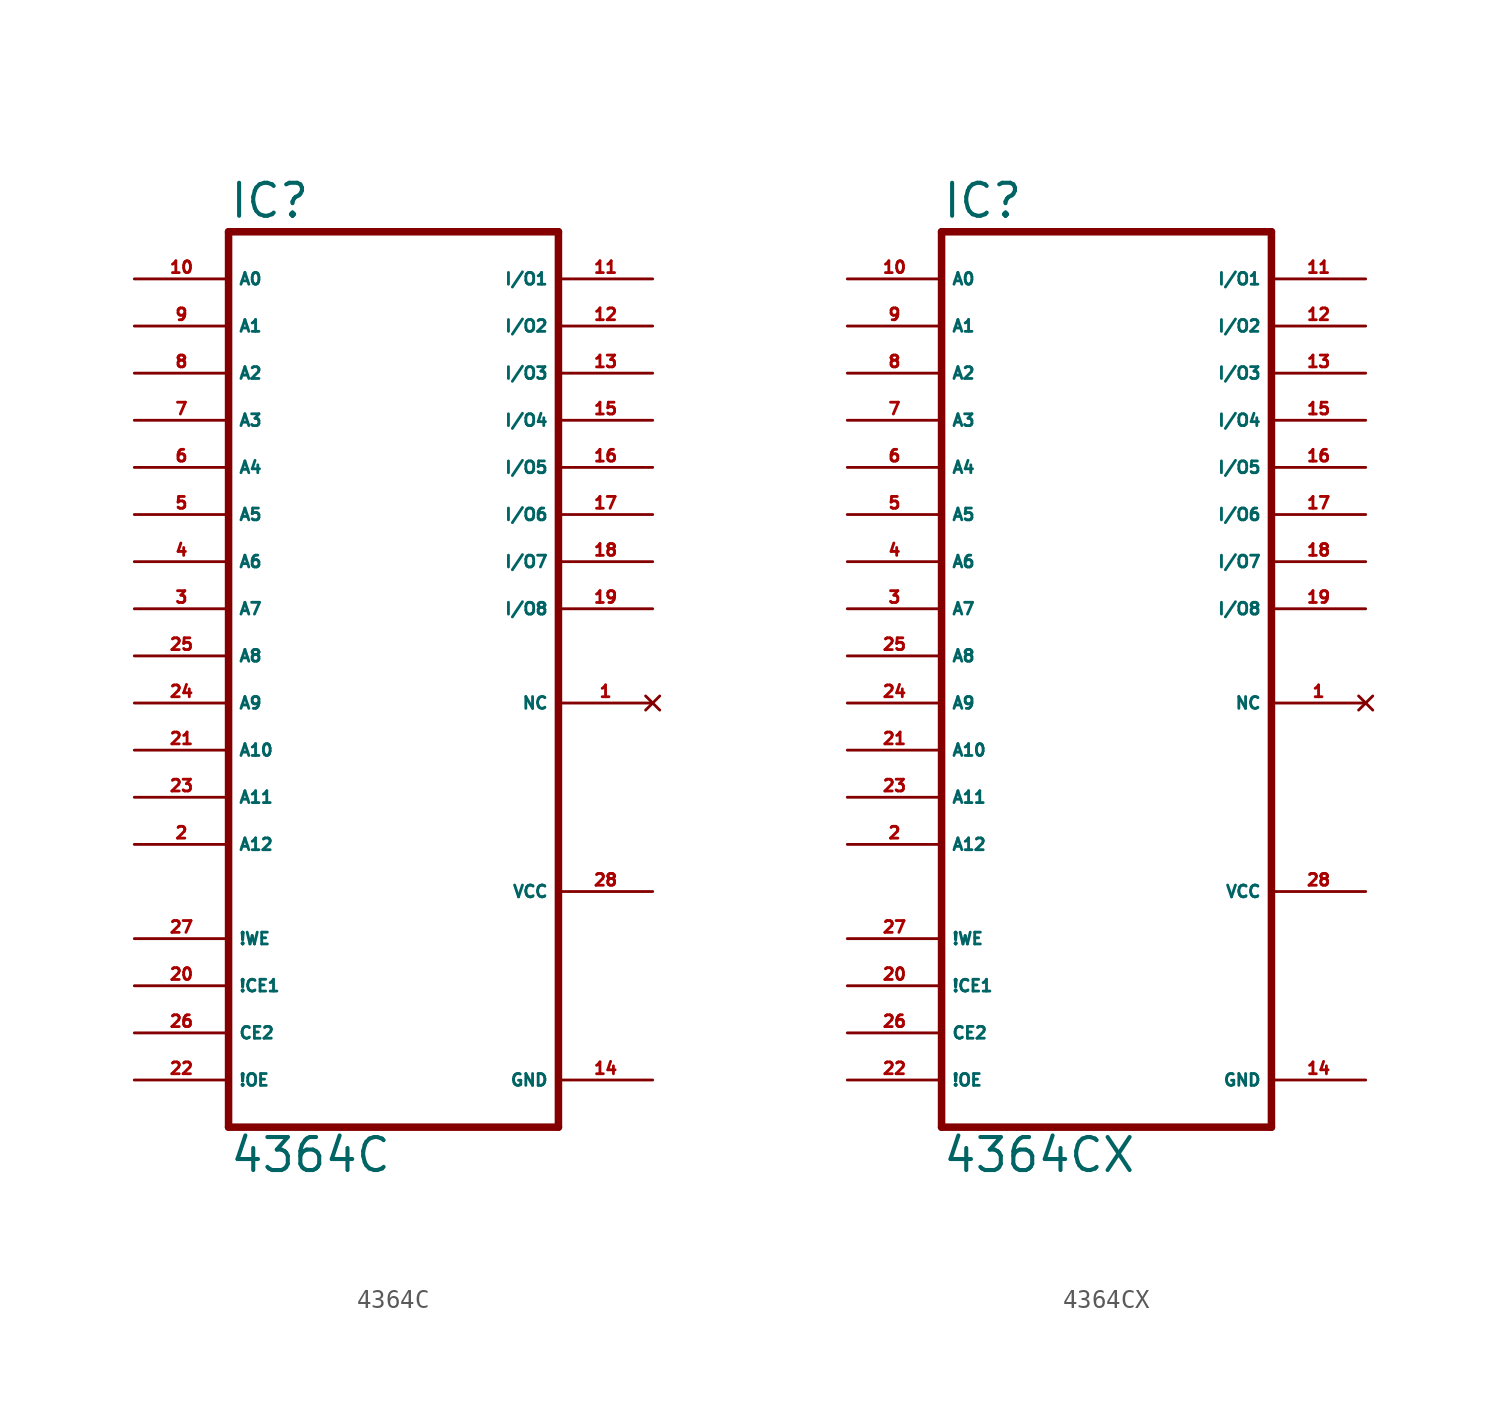
<source format=kicad_sym>
(kicad_symbol_lib
  (version 20220914)
  (generator Eagle2Kicad)
  (symbol "4364C"
    (property "Reference" "IC"
      (at -7.62 20.955 0)
      (effects (font (size 1.778 1.778) (thickness 0.22)) (justify left bottom)))
    (property "Value" "4364C"
      (at -7.62 -30.48 0)
      (effects (font (size 1.778 1.778) (thickness 0.22)) (justify left bottom)))
    (polyline
      (pts (xy -7.62 -27.94) (xy 10.16 -27.94))
      (stroke (width 0.406) (type default))
      (fill (type none)))
    (polyline
      (pts (xy 10.16 20.32) (xy 10.16 -27.94))
      (stroke (width 0.406) (type default))
      (fill (type none)))
    (polyline
      (pts (xy 10.16 20.32) (xy -7.62 20.32))
      (stroke (width 0.406) (type default))
      (fill (type none)))
    (polyline
      (pts (xy -7.62 -27.94) (xy -7.62 20.32))
      (stroke (width 0.406) (type default))
      (fill (type none)))
    (pin input line
      (at -12.7 17.78 0)
      (length 5.08)
      (name "A0" (effects (font (size 0.635 0.635) (thickness 0.08)) (justify left bottom)))
      (number "10" (effects (font (size 0.635 0.635) (thickness 0.08)) (justify left bottom))))
    (pin input line
      (at -12.7 15.24 0)
      (length 5.08)
      (name "A1" (effects (font (size 0.635 0.635) (thickness 0.08)) (justify left bottom)))
      (number "9" (effects (font (size 0.635 0.635) (thickness 0.08)) (justify left bottom))))
    (pin input line
      (at -12.7 12.7 0)
      (length 5.08)
      (name "A2" (effects (font (size 0.635 0.635) (thickness 0.08)) (justify left bottom)))
      (number "8" (effects (font (size 0.635 0.635) (thickness 0.08)) (justify left bottom))))
    (pin input line
      (at -12.7 10.16 0)
      (length 5.08)
      (name "A3" (effects (font (size 0.635 0.635) (thickness 0.08)) (justify left bottom)))
      (number "7" (effects (font (size 0.635 0.635) (thickness 0.08)) (justify left bottom))))
    (pin input line
      (at -12.7 7.62 0)
      (length 5.08)
      (name "A4" (effects (font (size 0.635 0.635) (thickness 0.08)) (justify left bottom)))
      (number "6" (effects (font (size 0.635 0.635) (thickness 0.08)) (justify left bottom))))
    (pin input line
      (at -12.7 5.08 0)
      (length 5.08)
      (name "A5" (effects (font (size 0.635 0.635) (thickness 0.08)) (justify left bottom)))
      (number "5" (effects (font (size 0.635 0.635) (thickness 0.08)) (justify left bottom))))
    (pin input line
      (at -12.7 2.54 0)
      (length 5.08)
      (name "A6" (effects (font (size 0.635 0.635) (thickness 0.08)) (justify left bottom)))
      (number "4" (effects (font (size 0.635 0.635) (thickness 0.08)) (justify left bottom))))
    (pin input line
      (at -12.7 0 0)
      (length 5.08)
      (name "A7" (effects (font (size 0.635 0.635) (thickness 0.08)) (justify left bottom)))
      (number "3" (effects (font (size 0.635 0.635) (thickness 0.08)) (justify left bottom))))
    (pin input line
      (at -12.7 -2.54 0)
      (length 5.08)
      (name "A8" (effects (font (size 0.635 0.635) (thickness 0.08)) (justify left bottom)))
      (number "25" (effects (font (size 0.635 0.635) (thickness 0.08)) (justify left bottom))))
    (pin input line
      (at -12.7 -5.08 0)
      (length 5.08)
      (name "A9" (effects (font (size 0.635 0.635) (thickness 0.08)) (justify left bottom)))
      (number "24" (effects (font (size 0.635 0.635) (thickness 0.08)) (justify left bottom))))
    (pin input line
      (at -12.7 -7.62 0)
      (length 5.08)
      (name "A10" (effects (font (size 0.635 0.635) (thickness 0.08)) (justify left bottom)))
      (number "21" (effects (font (size 0.635 0.635) (thickness 0.08)) (justify left bottom))))
    (pin input line
      (at -12.7 -10.16 0)
      (length 5.08)
      (name "A11" (effects (font (size 0.635 0.635) (thickness 0.08)) (justify left bottom)))
      (number "23" (effects (font (size 0.635 0.635) (thickness 0.08)) (justify left bottom))))
    (pin input line
      (at -12.7 -12.7 0)
      (length 5.08)
      (name "A12" (effects (font (size 0.635 0.635) (thickness 0.08)) (justify left bottom)))
      (number "2" (effects (font (size 0.635 0.635) (thickness 0.08)) (justify left bottom))))
    (pin no_connect line
      (at 15.24 -5.08 180)
      (length 5.08)
      (name "NC" (effects (font (size 0.635 0.635) (thickness 0.08)) (justify left bottom) hide))
      (number "1" (effects (font (size 0.635 0.635) (thickness 0.08)) (justify left bottom) hide)))
    (pin bidirectional line
      (at 15.24 0 180)
      (length 5.08)
      (name "I/O8" (effects (font (size 0.635 0.635) (thickness 0.08)) (justify left bottom)))
      (number "19" (effects (font (size 0.635 0.635) (thickness 0.08)) (justify left bottom))))
    (pin bidirectional line
      (at 15.24 2.54 180)
      (length 5.08)
      (name "I/O7" (effects (font (size 0.635 0.635) (thickness 0.08)) (justify left bottom)))
      (number "18" (effects (font (size 0.635 0.635) (thickness 0.08)) (justify left bottom))))
    (pin bidirectional line
      (at 15.24 5.08 180)
      (length 5.08)
      (name "I/O6" (effects (font (size 0.635 0.635) (thickness 0.08)) (justify left bottom)))
      (number "17" (effects (font (size 0.635 0.635) (thickness 0.08)) (justify left bottom))))
    (pin bidirectional line
      (at 15.24 7.62 180)
      (length 5.08)
      (name "I/O5" (effects (font (size 0.635 0.635) (thickness 0.08)) (justify left bottom)))
      (number "16" (effects (font (size 0.635 0.635) (thickness 0.08)) (justify left bottom))))
    (pin bidirectional line
      (at 15.24 10.16 180)
      (length 5.08)
      (name "I/O4" (effects (font (size 0.635 0.635) (thickness 0.08)) (justify left bottom)))
      (number "15" (effects (font (size 0.635 0.635) (thickness 0.08)) (justify left bottom))))
    (pin bidirectional line
      (at 15.24 12.7 180)
      (length 5.08)
      (name "I/O3" (effects (font (size 0.635 0.635) (thickness 0.08)) (justify left bottom)))
      (number "13" (effects (font (size 0.635 0.635) (thickness 0.08)) (justify left bottom))))
    (pin bidirectional line
      (at 15.24 15.24 180)
      (length 5.08)
      (name "I/O2" (effects (font (size 0.635 0.635) (thickness 0.08)) (justify left bottom)))
      (number "12" (effects (font (size 0.635 0.635) (thickness 0.08)) (justify left bottom))))
    (pin bidirectional line
      (at 15.24 17.78 180)
      (length 5.08)
      (name "I/O1" (effects (font (size 0.635 0.635) (thickness 0.08)) (justify left bottom)))
      (number "11" (effects (font (size 0.635 0.635) (thickness 0.08)) (justify left bottom))))
    (pin input line
      (at -12.7 -25.4 0)
      (length 5.08)
      (name "!OE" (effects (font (size 0.635 0.635) (thickness 0.08)) (justify left bottom)))
      (number "22" (effects (font (size 0.635 0.635) (thickness 0.08)) (justify left bottom))))
    (pin input line
      (at -12.7 -22.86 0)
      (length 5.08)
      (name "CE2" (effects (font (size 0.635 0.635) (thickness 0.08)) (justify left bottom)))
      (number "26" (effects (font (size 0.635 0.635) (thickness 0.08)) (justify left bottom))))
    (pin input line
      (at -12.7 -20.32 0)
      (length 5.08)
      (name "!CE1" (effects (font (size 0.635 0.635) (thickness 0.08)) (justify left bottom)))
      (number "20" (effects (font (size 0.635 0.635) (thickness 0.08)) (justify left bottom))))
    (pin input line
      (at -12.7 -17.78 0)
      (length 5.08)
      (name "!WE" (effects (font (size 0.635 0.635) (thickness 0.08)) (justify left bottom)))
      (number "27" (effects (font (size 0.635 0.635) (thickness 0.08)) (justify left bottom))))
    (pin unspecified line
      (at 15.24 -25.4 180)
      (length 5.08)
      (name "GND" (effects (font (size 0.635 0.635) (thickness 0.08)) (justify left bottom)))
      (number "14" (effects (font (size 0.635 0.635) (thickness 0.08)) (justify left bottom))))
    (pin unspecified line
      (at 15.24 -15.24 180)
      (length 5.08)
      (name "VCC" (effects (font (size 0.635 0.635) (thickness 0.08)) (justify left bottom)))
      (number "28" (effects (font (size 0.635 0.635) (thickness 0.08)) (justify left bottom)))))
  (symbol "4364CX"
    (property "Reference" "IC"
      (at -7.62 18.415 0)
      (effects (font (size 1.778 1.778) (thickness 0.22)) (justify left bottom)))
    (property "Value" "4364CX"
      (at -7.62 -33.02 0)
      (effects (font (size 1.778 1.778) (thickness 0.22)) (justify left bottom)))
    (polyline
      (pts (xy -7.62 -30.48) (xy 10.16 -30.48))
      (stroke (width 0.406) (type default))
      (fill (type none)))
    (polyline
      (pts (xy 10.16 17.78) (xy 10.16 -30.48))
      (stroke (width 0.406) (type default))
      (fill (type none)))
    (polyline
      (pts (xy 10.16 17.78) (xy -7.62 17.78))
      (stroke (width 0.406) (type default))
      (fill (type none)))
    (polyline
      (pts (xy -7.62 -30.48) (xy -7.62 17.78))
      (stroke (width 0.406) (type default))
      (fill (type none)))
    (pin input line
      (at -12.7 15.24 0)
      (length 5.08)
      (name "A0" (effects (font (size 0.635 0.635) (thickness 0.08)) (justify left bottom)))
      (number "10" (effects (font (size 0.635 0.635) (thickness 0.08)) (justify left bottom))))
    (pin input line
      (at -12.7 12.7 0)
      (length 5.08)
      (name "A1" (effects (font (size 0.635 0.635) (thickness 0.08)) (justify left bottom)))
      (number "9" (effects (font (size 0.635 0.635) (thickness 0.08)) (justify left bottom))))
    (pin input line
      (at -12.7 10.16 0)
      (length 5.08)
      (name "A2" (effects (font (size 0.635 0.635) (thickness 0.08)) (justify left bottom)))
      (number "8" (effects (font (size 0.635 0.635) (thickness 0.08)) (justify left bottom))))
    (pin input line
      (at -12.7 7.62 0)
      (length 5.08)
      (name "A3" (effects (font (size 0.635 0.635) (thickness 0.08)) (justify left bottom)))
      (number "7" (effects (font (size 0.635 0.635) (thickness 0.08)) (justify left bottom))))
    (pin input line
      (at -12.7 5.08 0)
      (length 5.08)
      (name "A4" (effects (font (size 0.635 0.635) (thickness 0.08)) (justify left bottom)))
      (number "6" (effects (font (size 0.635 0.635) (thickness 0.08)) (justify left bottom))))
    (pin input line
      (at -12.7 2.54 0)
      (length 5.08)
      (name "A5" (effects (font (size 0.635 0.635) (thickness 0.08)) (justify left bottom)))
      (number "5" (effects (font (size 0.635 0.635) (thickness 0.08)) (justify left bottom))))
    (pin input line
      (at -12.7 0 0)
      (length 5.08)
      (name "A6" (effects (font (size 0.635 0.635) (thickness 0.08)) (justify left bottom)))
      (number "4" (effects (font (size 0.635 0.635) (thickness 0.08)) (justify left bottom))))
    (pin input line
      (at -12.7 -2.54 0)
      (length 5.08)
      (name "A7" (effects (font (size 0.635 0.635) (thickness 0.08)) (justify left bottom)))
      (number "3" (effects (font (size 0.635 0.635) (thickness 0.08)) (justify left bottom))))
    (pin input line
      (at -12.7 -5.08 0)
      (length 5.08)
      (name "A8" (effects (font (size 0.635 0.635) (thickness 0.08)) (justify left bottom)))
      (number "25" (effects (font (size 0.635 0.635) (thickness 0.08)) (justify left bottom))))
    (pin input line
      (at -12.7 -7.62 0)
      (length 5.08)
      (name "A9" (effects (font (size 0.635 0.635) (thickness 0.08)) (justify left bottom)))
      (number "24" (effects (font (size 0.635 0.635) (thickness 0.08)) (justify left bottom))))
    (pin input line
      (at -12.7 -10.16 0)
      (length 5.08)
      (name "A10" (effects (font (size 0.635 0.635) (thickness 0.08)) (justify left bottom)))
      (number "21" (effects (font (size 0.635 0.635) (thickness 0.08)) (justify left bottom))))
    (pin input line
      (at -12.7 -12.7 0)
      (length 5.08)
      (name "A11" (effects (font (size 0.635 0.635) (thickness 0.08)) (justify left bottom)))
      (number "23" (effects (font (size 0.635 0.635) (thickness 0.08)) (justify left bottom))))
    (pin input line
      (at -12.7 -15.24 0)
      (length 5.08)
      (name "A12" (effects (font (size 0.635 0.635) (thickness 0.08)) (justify left bottom)))
      (number "2" (effects (font (size 0.635 0.635) (thickness 0.08)) (justify left bottom))))
    (pin no_connect line
      (at 15.24 -7.62 180)
      (length 5.08)
      (name "NC" (effects (font (size 0.635 0.635) (thickness 0.08)) (justify left bottom) hide))
      (number "1" (effects (font (size 0.635 0.635) (thickness 0.08)) (justify left bottom) hide)))
    (pin bidirectional line
      (at 15.24 -2.54 180)
      (length 5.08)
      (name "I/O8" (effects (font (size 0.635 0.635) (thickness 0.08)) (justify left bottom)))
      (number "19" (effects (font (size 0.635 0.635) (thickness 0.08)) (justify left bottom))))
    (pin bidirectional line
      (at 15.24 0 180)
      (length 5.08)
      (name "I/O7" (effects (font (size 0.635 0.635) (thickness 0.08)) (justify left bottom)))
      (number "18" (effects (font (size 0.635 0.635) (thickness 0.08)) (justify left bottom))))
    (pin bidirectional line
      (at 15.24 2.54 180)
      (length 5.08)
      (name "I/O6" (effects (font (size 0.635 0.635) (thickness 0.08)) (justify left bottom)))
      (number "17" (effects (font (size 0.635 0.635) (thickness 0.08)) (justify left bottom))))
    (pin bidirectional line
      (at 15.24 5.08 180)
      (length 5.08)
      (name "I/O5" (effects (font (size 0.635 0.635) (thickness 0.08)) (justify left bottom)))
      (number "16" (effects (font (size 0.635 0.635) (thickness 0.08)) (justify left bottom))))
    (pin bidirectional line
      (at 15.24 7.62 180)
      (length 5.08)
      (name "I/O4" (effects (font (size 0.635 0.635) (thickness 0.08)) (justify left bottom)))
      (number "15" (effects (font (size 0.635 0.635) (thickness 0.08)) (justify left bottom))))
    (pin bidirectional line
      (at 15.24 10.16 180)
      (length 5.08)
      (name "I/O3" (effects (font (size 0.635 0.635) (thickness 0.08)) (justify left bottom)))
      (number "13" (effects (font (size 0.635 0.635) (thickness 0.08)) (justify left bottom))))
    (pin bidirectional line
      (at 15.24 12.7 180)
      (length 5.08)
      (name "I/O2" (effects (font (size 0.635 0.635) (thickness 0.08)) (justify left bottom)))
      (number "12" (effects (font (size 0.635 0.635) (thickness 0.08)) (justify left bottom))))
    (pin bidirectional line
      (at 15.24 15.24 180)
      (length 5.08)
      (name "I/O1" (effects (font (size 0.635 0.635) (thickness 0.08)) (justify left bottom)))
      (number "11" (effects (font (size 0.635 0.635) (thickness 0.08)) (justify left bottom))))
    (pin input line
      (at -12.7 -27.94 0)
      (length 5.08)
      (name "!OE" (effects (font (size 0.635 0.635) (thickness 0.08)) (justify left bottom)))
      (number "22" (effects (font (size 0.635 0.635) (thickness 0.08)) (justify left bottom))))
    (pin input line
      (at -12.7 -25.4 0)
      (length 5.08)
      (name "CE2" (effects (font (size 0.635 0.635) (thickness 0.08)) (justify left bottom)))
      (number "26" (effects (font (size 0.635 0.635) (thickness 0.08)) (justify left bottom))))
    (pin input line
      (at -12.7 -22.86 0)
      (length 5.08)
      (name "!CE1" (effects (font (size 0.635 0.635) (thickness 0.08)) (justify left bottom)))
      (number "20" (effects (font (size 0.635 0.635) (thickness 0.08)) (justify left bottom))))
    (pin input line
      (at -12.7 -20.32 0)
      (length 5.08)
      (name "!WE" (effects (font (size 0.635 0.635) (thickness 0.08)) (justify left bottom)))
      (number "27" (effects (font (size 0.635 0.635) (thickness 0.08)) (justify left bottom))))
    (pin unspecified line
      (at 15.24 -27.94 180)
      (length 5.08)
      (name "GND" (effects (font (size 0.635 0.635) (thickness 0.08)) (justify left bottom)))
      (number "14" (effects (font (size 0.635 0.635) (thickness 0.08)) (justify left bottom))))
    (pin unspecified line
      (at 15.24 -17.78 180)
      (length 5.08)
      (name "VCC" (effects (font (size 0.635 0.635) (thickness 0.08)) (justify left bottom)))
      (number "28" (effects (font (size 0.635 0.635) (thickness 0.08)) (justify left bottom))))))
</source>
